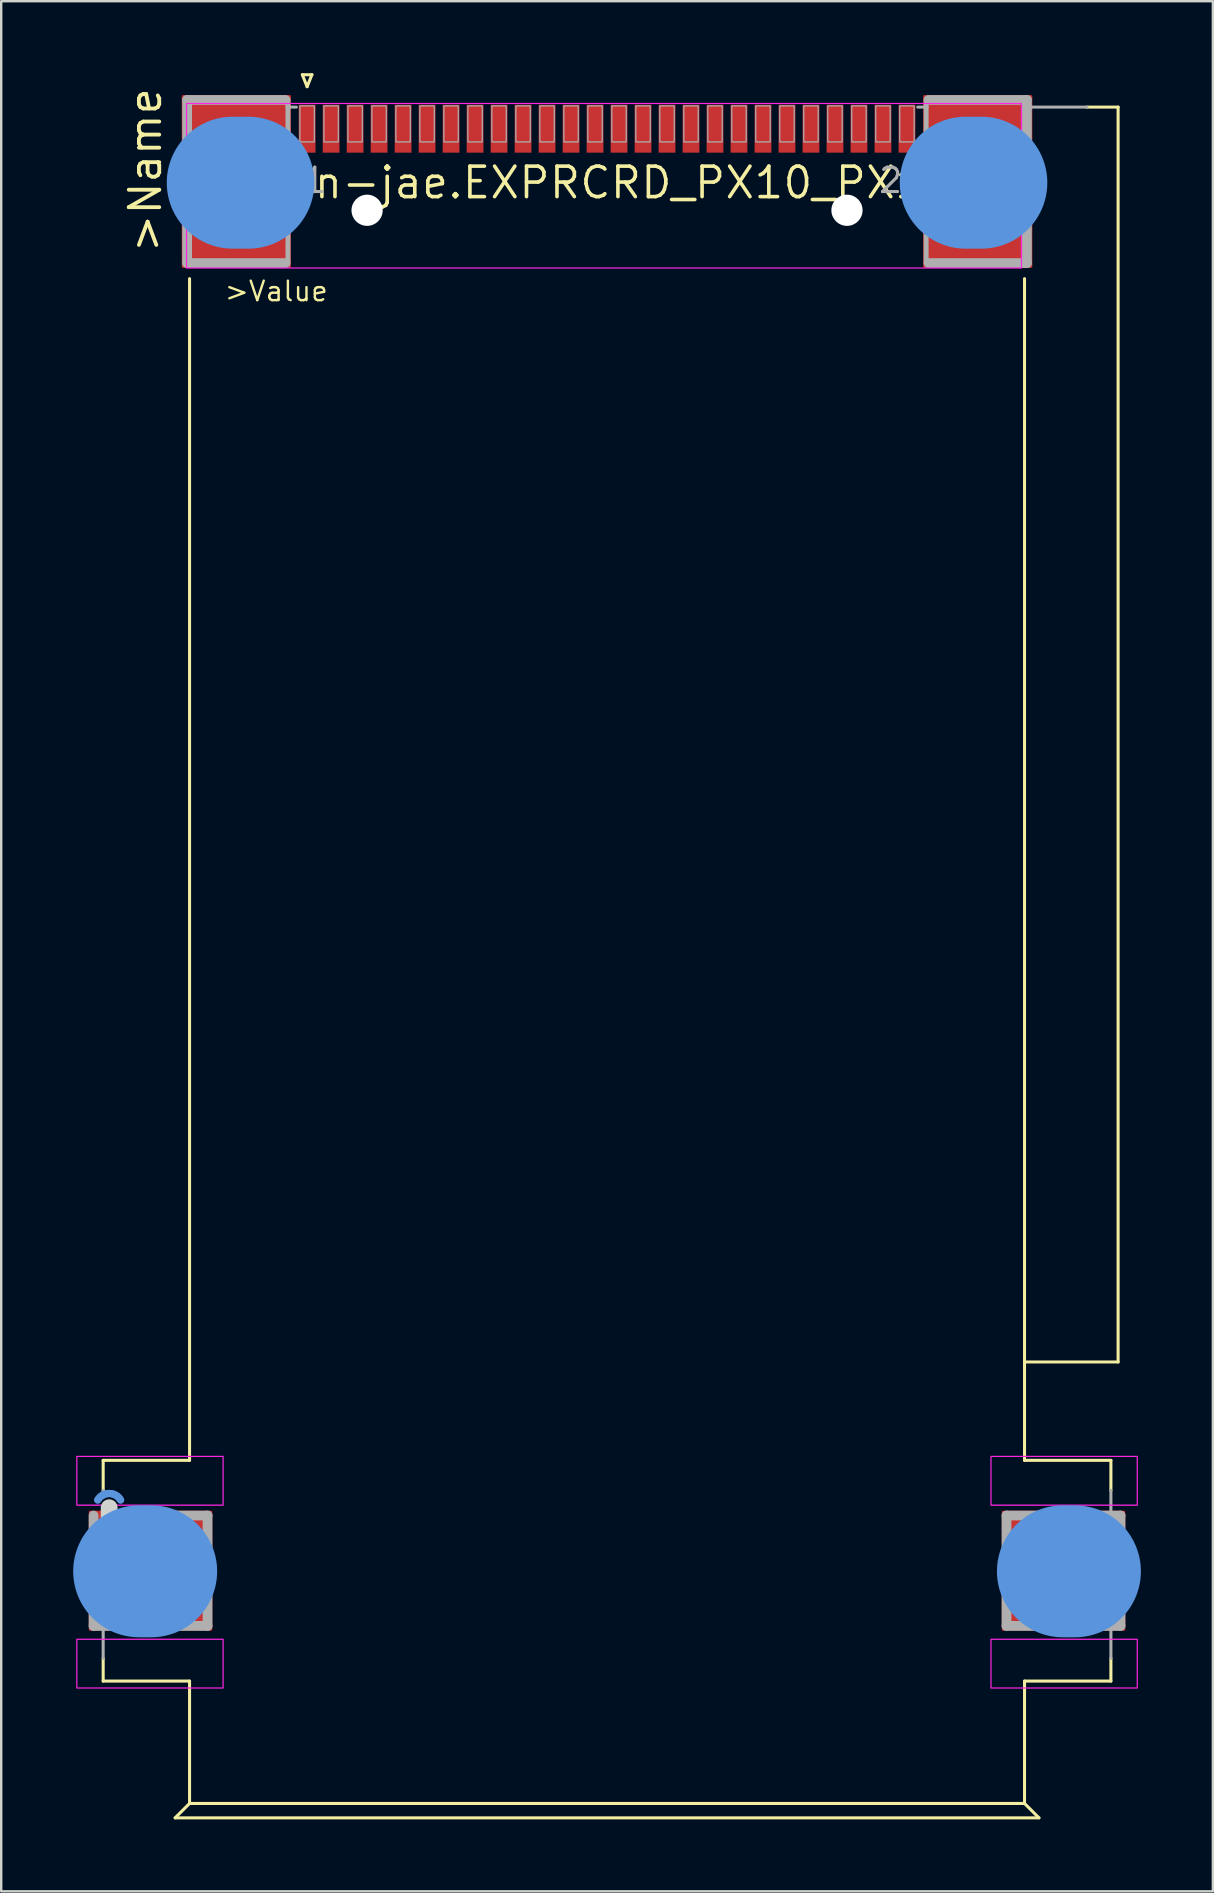
<source format=kicad_pcb>
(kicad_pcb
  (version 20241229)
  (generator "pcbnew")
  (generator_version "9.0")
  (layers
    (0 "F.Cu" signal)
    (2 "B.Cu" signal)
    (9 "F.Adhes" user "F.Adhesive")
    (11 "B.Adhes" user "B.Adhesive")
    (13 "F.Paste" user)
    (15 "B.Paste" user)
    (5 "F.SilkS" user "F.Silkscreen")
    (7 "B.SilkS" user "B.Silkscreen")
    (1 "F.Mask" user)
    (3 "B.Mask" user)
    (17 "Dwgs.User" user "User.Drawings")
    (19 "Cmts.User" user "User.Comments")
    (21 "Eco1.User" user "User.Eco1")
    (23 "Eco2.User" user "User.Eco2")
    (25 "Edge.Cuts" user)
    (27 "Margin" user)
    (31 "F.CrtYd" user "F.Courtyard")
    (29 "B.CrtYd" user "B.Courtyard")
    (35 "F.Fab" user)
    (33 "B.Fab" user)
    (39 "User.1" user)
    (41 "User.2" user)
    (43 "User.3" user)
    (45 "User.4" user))
  (footprint "con-jae.EXPRCRD_PX10_PX11"
    (layer "F.Cu")
    (at 22.25 4.564)
    (property "Reference" "con-jae.EXPRCRD_PX10_PX11" (at 0 0 0) (layer "F.SilkS") (effects (font (size 1.27 1.27) (thickness 0.15))))
    (attr smd)
    (fp_line (start -21 53.25) (end -17.4 53.25) (stroke (width 0.127) (type default)) (layer "F.SilkS"))
    (fp_line (start -21 54.5) (end -21 53.25) (stroke (width 0.127) (type default)) (layer "F.SilkS"))
    (fp_line (start -21 61.5) (end -21 62.45) (stroke (width 0.127) (type default)) (layer "F.SilkS"))
    (fp_line (start -21 62.45) (end -17.4 62.45) (stroke (width 0.127) (type default)) (layer "F.SilkS"))
    (fp_line (start -18 68.15) (end -17.4 67.55) (stroke (width 0.127) (type default)) (layer "F.SilkS"))
    (fp_line (start -17.4 4) (end -17.4 53.25) (stroke (width 0.127) (type default)) (layer "F.SilkS"))
    (fp_line (start -17.4 62.45) (end -17.4 67.55) (stroke (width 0.127) (type default)) (layer "F.SilkS"))
    (fp_line (start -12.7 -4.5) (end -12.3 -4.5) (stroke (width 0.127) (type default)) (layer "F.SilkS"))
    (fp_line (start -12.5 -4) (end -12.7 -4.5) (stroke (width 0.127) (type default)) (layer "F.SilkS"))
    (fp_line (start -12.3 -4.5) (end -12.5 -4) (stroke (width 0.127) (type default)) (layer "F.SilkS"))
    (fp_line (start 17.4 49.15) (end 17.4 4) (stroke (width 0.127) (type default)) (layer "F.SilkS"))
    (fp_line (start 17.4 49.15) (end 21.3 49.15) (stroke (width 0.127) (type default)) (layer "F.SilkS"))
    (fp_line (start 17.4 53.25) (end 17.4 49.15) (stroke (width 0.127) (type default)) (layer "F.SilkS"))
    (fp_line (start 17.4 62.45) (end 17.4 67.55) (stroke (width 0.127) (type default)) (layer "F.SilkS"))
    (fp_line (start 17.4 67.55) (end -17.4 67.55) (stroke (width 0.127) (type default)) (layer "F.SilkS"))
    (fp_line (start 18 68.15) (end -18 68.15) (stroke (width 0.127) (type default)) (layer "F.SilkS"))
    (fp_line (start 18 68.15) (end 17.4 67.55) (stroke (width 0.127) (type default)) (layer "F.SilkS"))
    (fp_line (start 20 -3.15) (end 21.3 -3.15) (stroke (width 0.127) (type default)) (layer "F.SilkS"))
    (fp_line (start 21 53.25) (end 17.4 53.25) (stroke (width 0.127) (type default)) (layer "F.SilkS"))
    (fp_line (start 21 54.5) (end 21 53.25) (stroke (width 0.127) (type default)) (layer "F.SilkS"))
    (fp_line (start 21 61.5) (end 21 62.45) (stroke (width 0.127) (type default)) (layer "F.SilkS"))
    (fp_line (start 21 62.45) (end 17.4 62.45) (stroke (width 0.127) (type default)) (layer "F.SilkS"))
    (fp_line (start 21.3 49.15) (end 21.3 -3.15) (stroke (width 0.127) (type default)) (layer "F.SilkS"))
    (fp_line (start -19.5 57.875) (end -19 57.875) (stroke (width 5.5) (type default)) (layer "Cmts.User"))
    (fp_line (start -15.6 0) (end -14.95 0) (stroke (width 5.5) (type default)) (layer "Cmts.User"))
    (fp_line (start 15.6 0) (end 14.95 0) (stroke (width 5.5) (type default)) (layer "Cmts.User"))
    (fp_line (start 19.5 57.875) (end 19 57.875) (stroke (width 5.5) (type default)) (layer "Cmts.User"))
    (fp_arc (start -21.225 54.9) (mid -20.75 54.63106) (end -20.275 54.9) (stroke (width 0.3) (type default)) (layer "Cmts.User"))
    (fp_arc (start -21.225 54.9) (mid -20.75 54.63106) (end -20.275 54.9) (stroke (width 0.3) (type default)) (layer "Cmts.User"))
    (fp_circle (center -19.25 57.85) (end -17 57.85) (stroke (width 0.1) (type default)) (fill no) (layer "Cmts.User"))
    (fp_circle (center -15.6 0) (end -13.35 0) (stroke (width 0.1) (type default)) (fill no) (layer "Cmts.User"))
    (fp_circle (center -14.95 0) (end -12.7 0) (stroke (width 0.1) (type default)) (fill no) (layer "Cmts.User"))
    (fp_circle (center 14.95 0) (end 17.2 0) (stroke (width 0.1) (type default)) (fill no) (layer "Cmts.User"))
    (fp_circle (center 15.6 0) (end 17.85 0) (stroke (width 0.1) (type default)) (fill no) (layer "Cmts.User"))
    (fp_circle (center 19.25 57.85) (end 21.5 57.85) (stroke (width 0.1) (type default)) (fill no) (layer "Cmts.User"))
    (fp_line (start -20.75 55.225) (end -20.75 55.725) (stroke (width 0.7) (type default)) (layer "Edge.Cuts"))
    (fp_line (start -19.5 57.875) (end -19 57.875) (stroke (width 2.25) (type default)) (layer "Edge.Cuts"))
    (fp_line (start -15.575 0) (end -14.975 0) (stroke (width 3.1) (type default)) (layer "Edge.Cuts"))
    (fp_line (start 15.575 0) (end 14.975 0) (stroke (width 3.1) (type default)) (layer "Edge.Cuts"))
    (fp_line (start 19.5 57.875) (end 19 57.875) (stroke (width 2.25) (type default)) (layer "Edge.Cuts"))
    (fp_circle (center -19.25 57.85) (end -17 57.85) (stroke (width 0.1) (type default)) (fill no) (layer "B.CrtYd"))
    (fp_circle (center -15.6 0) (end -13.35 0) (stroke (width 0.1) (type default)) (fill no) (layer "B.CrtYd"))
    (fp_circle (center -14.95 0) (end -12.7 0) (stroke (width 0.1) (type default)) (fill no) (layer "B.CrtYd"))
    (fp_circle (center 14.95 0) (end 17.2 0) (stroke (width 0.1) (type default)) (fill no) (layer "B.CrtYd"))
    (fp_circle (center 15.6 0) (end 17.85 0) (stroke (width 0.1) (type default)) (fill no) (layer "B.CrtYd"))
    (fp_circle (center 19.25 57.85) (end 21.5 57.85) (stroke (width 0.1) (type default)) (fill no) (layer "B.CrtYd"))
    (fp_rect (start -22.098 55.118) (end -16.002 53.086) (stroke (width 0.05) (type default)) (fill no) (layer "F.CrtYd"))
    (fp_rect (start -22.098 62.738) (end -16.002 60.706) (stroke (width 0.05) (type default)) (fill no) (layer "F.CrtYd"))
    (fp_rect (start -17.526 3.556) (end 17.272 -3.302) (stroke (width 0.05) (type default)) (fill no) (layer "F.CrtYd"))
    (fp_rect (start 16.002 55.118) (end 22.098 53.086) (stroke (width 0.05) (type default)) (fill no) (layer "F.CrtYd"))
    (fp_rect (start 16.002 62.738) (end 22.098 60.706) (stroke (width 0.05) (type default)) (fill no) (layer "F.CrtYd"))
    (fp_line (start -21.4 55.55) (end -21.4 60.15) (stroke (width 0.406) (type default)) (layer "F.Fab"))
    (fp_line (start -21.4 60.15) (end -16.65 60.15) (stroke (width 0.406) (type default)) (layer "F.Fab"))
    (fp_line (start -21 54.5) (end -21 54.8) (stroke (width 0.127) (type default)) (layer "F.Fab"))
    (fp_line (start -21 61.5) (end -21 60.35) (stroke (width 0.127) (type default)) (layer "F.Fab"))
    (fp_line (start -17.5 -3.45) (end -17.5 3.35) (stroke (width 0.406) (type default)) (layer "F.Fab"))
    (fp_line (start -17.5 -3.45) (end -13.4 -3.45) (stroke (width 0.406) (type default)) (layer "F.Fab"))
    (fp_line (start -17.5 3.35) (end -13.4 3.35) (stroke (width 0.406) (type default)) (layer "F.Fab"))
    (fp_line (start -16.65 55.55) (end -20.1 55.55) (stroke (width 0.406) (type default)) (layer "F.Fab"))
    (fp_line (start -16.65 60.15) (end -16.65 55.55) (stroke (width 0.406) (type default)) (layer "F.Fab"))
    (fp_line (start -13.3 -3.45) (end -13.3 -3.15) (stroke (width 0.203) (type default)) (layer "F.Fab"))
    (fp_line (start -13.3 -3.15) (end -13.3 3.35) (stroke (width 0.203) (type default)) (layer "F.Fab"))
    (fp_line (start -12.95 -3.15) (end -13.3 -3.15) (stroke (width 0.127) (type default)) (layer "F.Fab"))
    (fp_line (start 12.95 -3.15) (end 13.3 -3.15) (stroke (width 0.127) (type default)) (layer "F.Fab"))
    (fp_line (start 13.3 -3.45) (end 13.3 -3.15) (stroke (width 0.203) (type default)) (layer "F.Fab"))
    (fp_line (start 13.3 -3.15) (end 13.3 3.35) (stroke (width 0.203) (type default)) (layer "F.Fab"))
    (fp_line (start 13.4 -3.45) (end 17.5 -3.45) (stroke (width 0.406) (type default)) (layer "F.Fab"))
    (fp_line (start 16.65 55.55) (end 16.65 60.15) (stroke (width 0.406) (type default)) (layer "F.Fab"))
    (fp_line (start 16.65 60.15) (end 21.4 60.15) (stroke (width 0.406) (type default)) (layer "F.Fab"))
    (fp_line (start 17.5 -3.45) (end 17.5 -3.15) (stroke (width 0.406) (type default)) (layer "F.Fab"))
    (fp_line (start 17.5 -3.15) (end 17.5 3.35) (stroke (width 0.406) (type default)) (layer "F.Fab"))
    (fp_line (start 17.5 3.35) (end 13.4 3.35) (stroke (width 0.406) (type default)) (layer "F.Fab"))
    (fp_line (start 20 -3.15) (end 17.5 -3.15) (stroke (width 0.127) (type default)) (layer "F.Fab"))
    (fp_line (start 21 54.5) (end 21 55.35) (stroke (width 0.127) (type default)) (layer "F.Fab"))
    (fp_line (start 21 61.5) (end 21 60.35) (stroke (width 0.127) (type default)) (layer "F.Fab"))
    (fp_line (start 21.4 55.55) (end 16.65 55.55) (stroke (width 0.406) (type default)) (layer "F.Fab"))
    (fp_line (start 21.4 60.15) (end 21.4 55.55) (stroke (width 0.406) (type default)) (layer "F.Fab"))
    (fp_rect (start -12.8 -1.7) (end -12.2 -3.2) (stroke (width 0.05) (type default)) (fill no) (layer "F.Fab"))
    (fp_rect (start -11.8 -1.7) (end -11.2 -3.2) (stroke (width 0.05) (type default)) (fill no) (layer "F.Fab"))
    (fp_rect (start -10.8 -1.7) (end -10.2 -3.2) (stroke (width 0.05) (type default)) (fill no) (layer "F.Fab"))
    (fp_rect (start -9.8 -1.7) (end -9.2 -3.2) (stroke (width 0.05) (type default)) (fill no) (layer "F.Fab"))
    (fp_rect (start -8.8 -1.7) (end -8.2 -3.2) (stroke (width 0.05) (type default)) (fill no) (layer "F.Fab"))
    (fp_rect (start -7.8 -1.7) (end -7.2 -3.2) (stroke (width 0.05) (type default)) (fill no) (layer "F.Fab"))
    (fp_rect (start -6.8 -1.7) (end -6.2 -3.2) (stroke (width 0.05) (type default)) (fill no) (layer "F.Fab"))
    (fp_rect (start -5.8 -1.7) (end -5.2 -3.2) (stroke (width 0.05) (type default)) (fill no) (layer "F.Fab"))
    (fp_rect (start -4.8 -1.7) (end -4.2 -3.2) (stroke (width 0.05) (type default)) (fill no) (layer "F.Fab"))
    (fp_rect (start -3.8 -1.7) (end -3.2 -3.2) (stroke (width 0.05) (type default)) (fill no) (layer "F.Fab"))
    (fp_rect (start -2.8 -1.7) (end -2.2 -3.2) (stroke (width 0.05) (type default)) (fill no) (layer "F.Fab"))
    (fp_rect (start -1.8 -1.7) (end -1.2 -3.2) (stroke (width 0.05) (type default)) (fill no) (layer "F.Fab"))
    (fp_rect (start -0.8 -1.7) (end -0.2 -3.2) (stroke (width 0.05) (type default)) (fill no) (layer "F.Fab"))
    (fp_rect (start 0.2 -1.7) (end 0.8 -3.2) (stroke (width 0.05) (type default)) (fill no) (layer "F.Fab"))
    (fp_rect (start 1.2 -1.7) (end 1.8 -3.2) (stroke (width 0.05) (type default)) (fill no) (layer "F.Fab"))
    (fp_rect (start 2.2 -1.7) (end 2.8 -3.2) (stroke (width 0.05) (type default)) (fill no) (layer "F.Fab"))
    (fp_rect (start 3.2 -1.7) (end 3.8 -3.2) (stroke (width 0.05) (type default)) (fill no) (layer "F.Fab"))
    (fp_rect (start 4.2 -1.7) (end 4.8 -3.2) (stroke (width 0.05) (type default)) (fill no) (layer "F.Fab"))
    (fp_rect (start 5.2 -1.7) (end 5.8 -3.2) (stroke (width 0.05) (type default)) (fill no) (layer "F.Fab"))
    (fp_rect (start 6.2 -1.7) (end 6.8 -3.2) (stroke (width 0.05) (type default)) (fill no) (layer "F.Fab"))
    (fp_rect (start 7.2 -1.7) (end 7.8 -3.2) (stroke (width 0.05) (type default)) (fill no) (layer "F.Fab"))
    (fp_rect (start 8.2 -1.7) (end 8.8 -3.2) (stroke (width 0.05) (type default)) (fill no) (layer "F.Fab"))
    (fp_rect (start 9.2 -1.7) (end 9.8 -3.2) (stroke (width 0.05) (type default)) (fill no) (layer "F.Fab"))
    (fp_rect (start 10.2 -1.7) (end 10.8 -3.2) (stroke (width 0.05) (type default)) (fill no) (layer "F.Fab"))
    (fp_rect (start 11.2 -1.7) (end 11.8 -3.2) (stroke (width 0.05) (type default)) (fill no) (layer "F.Fab"))
    (fp_rect (start 12.2 -1.7) (end 12.8 -3.2) (stroke (width 0.05) (type default)) (fill no) (layer "F.Fab"))
    (fp_text user ">Name" (at -18.5 3 90) (layer "F.SilkS") (effects (font (size 1.27 1.27) (thickness 0.16)) (justify left bottom)))
    (fp_text user ">Value" (at -16 5 0) (layer "F.SilkS") (effects (font (size 0.813 0.813) (thickness 0.1)) (justify left bottom)))
    (fp_text user "26" (at 11.25 0.5 0) (layer "F.Fab") (effects (font (size 1.016 1.016) (thickness 0.13)) (justify left bottom)))
    (fp_text user "1" (at -12.75 0.5 0) (layer "F.Fab") (effects (font (size 1.016 1.016) (thickness 0.13)) (justify left bottom)))
    (pad "" np_thru_hole circle (at -10 1.15) (size 1.3 1.3) (drill 1.3) (layers "*.Cu" "*.Mask"))
    (pad "" np_thru_hole circle (at 10 1.15) (size 1.3 1.3) (drill 1.3) (layers "*.Cu" "*.Mask"))
    (pad "1" smd roundrect (at -12.5 -2.25 90) (size 2 0.7) (layers "F.Cu" "F.Mask" "F.Paste") (roundrect_rratio 0.01))
    (pad "2" smd roundrect (at -11.5 -2.25 90) (size 2 0.7) (layers "F.Cu" "F.Mask" "F.Paste") (roundrect_rratio 0.01))
    (pad "3" smd roundrect (at -10.5 -2.25 90) (size 2 0.7) (layers "F.Cu" "F.Mask" "F.Paste") (roundrect_rratio 0.01))
    (pad "4" smd roundrect (at -9.5 -2.25 90) (size 2 0.7) (layers "F.Cu" "F.Mask" "F.Paste") (roundrect_rratio 0.01))
    (pad "5" smd roundrect (at -8.5 -2.25 90) (size 2 0.7) (layers "F.Cu" "F.Mask" "F.Paste") (roundrect_rratio 0.01))
    (pad "6" smd roundrect (at -7.5 -2.25 90) (size 2 0.7) (layers "F.Cu" "F.Mask" "F.Paste") (roundrect_rratio 0.01))
    (pad "7" smd roundrect (at -6.5 -2.25 90) (size 2 0.7) (layers "F.Cu" "F.Mask" "F.Paste") (roundrect_rratio 0.01))
    (pad "8" smd roundrect (at -5.5 -2.25 90) (size 2 0.7) (layers "F.Cu" "F.Mask" "F.Paste") (roundrect_rratio 0.01))
    (pad "9" smd roundrect (at -4.5 -2.25 90) (size 2 0.7) (layers "F.Cu" "F.Mask" "F.Paste") (roundrect_rratio 0.01))
    (pad "10" smd roundrect (at -3.5 -2.25 90) (size 2 0.7) (layers "F.Cu" "F.Mask" "F.Paste") (roundrect_rratio 0.01))
    (pad "11" smd roundrect (at -2.5 -2.25 90) (size 2 0.7) (layers "F.Cu" "F.Mask" "F.Paste") (roundrect_rratio 0.01))
    (pad "12" smd roundrect (at -1.5 -2.25 90) (size 2 0.7) (layers "F.Cu" "F.Mask" "F.Paste") (roundrect_rratio 0.01))
    (pad "13" smd roundrect (at -0.5 -2.25 90) (size 2 0.7) (layers "F.Cu" "F.Mask" "F.Paste") (roundrect_rratio 0.01))
    (pad "14" smd roundrect (at 0.5 -2.25 90) (size 2 0.7) (layers "F.Cu" "F.Mask" "F.Paste") (roundrect_rratio 0.01))
    (pad "15" smd roundrect (at 1.5 -2.25 90) (size 2 0.7) (layers "F.Cu" "F.Mask" "F.Paste") (roundrect_rratio 0.01))
    (pad "16" smd roundrect (at 2.5 -2.25 90) (size 2 0.7) (layers "F.Cu" "F.Mask" "F.Paste") (roundrect_rratio 0.01))
    (pad "17" smd roundrect (at 3.5 -2.25 90) (size 2 0.7) (layers "F.Cu" "F.Mask" "F.Paste") (roundrect_rratio 0.01))
    (pad "18" smd roundrect (at 4.5 -2.25 90) (size 2 0.7) (layers "F.Cu" "F.Mask" "F.Paste") (roundrect_rratio 0.01))
    (pad "19" smd roundrect (at 5.5 -2.25 90) (size 2 0.7) (layers "F.Cu" "F.Mask" "F.Paste") (roundrect_rratio 0.01))
    (pad "20" smd roundrect (at 6.5 -2.25 90) (size 2 0.7) (layers "F.Cu" "F.Mask" "F.Paste") (roundrect_rratio 0.01))
    (pad "21" smd roundrect (at 7.5 -2.25 90) (size 2 0.7) (layers "F.Cu" "F.Mask" "F.Paste") (roundrect_rratio 0.01))
    (pad "22" smd roundrect (at 8.5 -2.25 90) (size 2 0.7) (layers "F.Cu" "F.Mask" "F.Paste") (roundrect_rratio 0.01))
    (pad "23" smd roundrect (at 9.5 -2.25 90) (size 2 0.7) (layers "F.Cu" "F.Mask" "F.Paste") (roundrect_rratio 0.01))
    (pad "24" smd roundrect (at 10.5 -2.25 90) (size 2 0.7) (layers "F.Cu" "F.Mask" "F.Paste") (roundrect_rratio 0.01))
    (pad "25" smd roundrect (at 11.5 -2.25 90) (size 2 0.7) (layers "F.Cu" "F.Mask" "F.Paste") (roundrect_rratio 0.01))
    (pad "26" smd roundrect (at 12.5 -2.25 90) (size 2 0.7) (layers "F.Cu" "F.Mask" "F.Paste") (roundrect_rratio 0.01))
    (pad "G1" smd roundrect (at -15.45 -0.05 90) (size 7.2 4.55) (layers "F.Cu" "F.Mask" "F.Paste") (roundrect_rratio 0.01))
    (pad "G2" smd roundrect (at 15.45 -0.05 90) (size 7.2 4.55) (layers "F.Cu" "F.Mask" "F.Paste") (roundrect_rratio 0.01))
    (pad "G3" smd roundrect (at -19.025 57.85) (size 5.15 5) (layers "F.Cu" "F.Mask" "F.Paste") (roundrect_rratio 0.01))
    (pad "G4" smd roundrect (at 19.025 57.85) (size 5.15 5) (layers "F.Cu" "F.Mask" "F.Paste") (roundrect_rratio 0.01)))
  (gr_rect
    (start -3 -3)
    (end 47.5 75.777)
    (stroke (width 0.1) (type default))
    (fill no)
    (layer "Edge.Cuts")))
</source>
